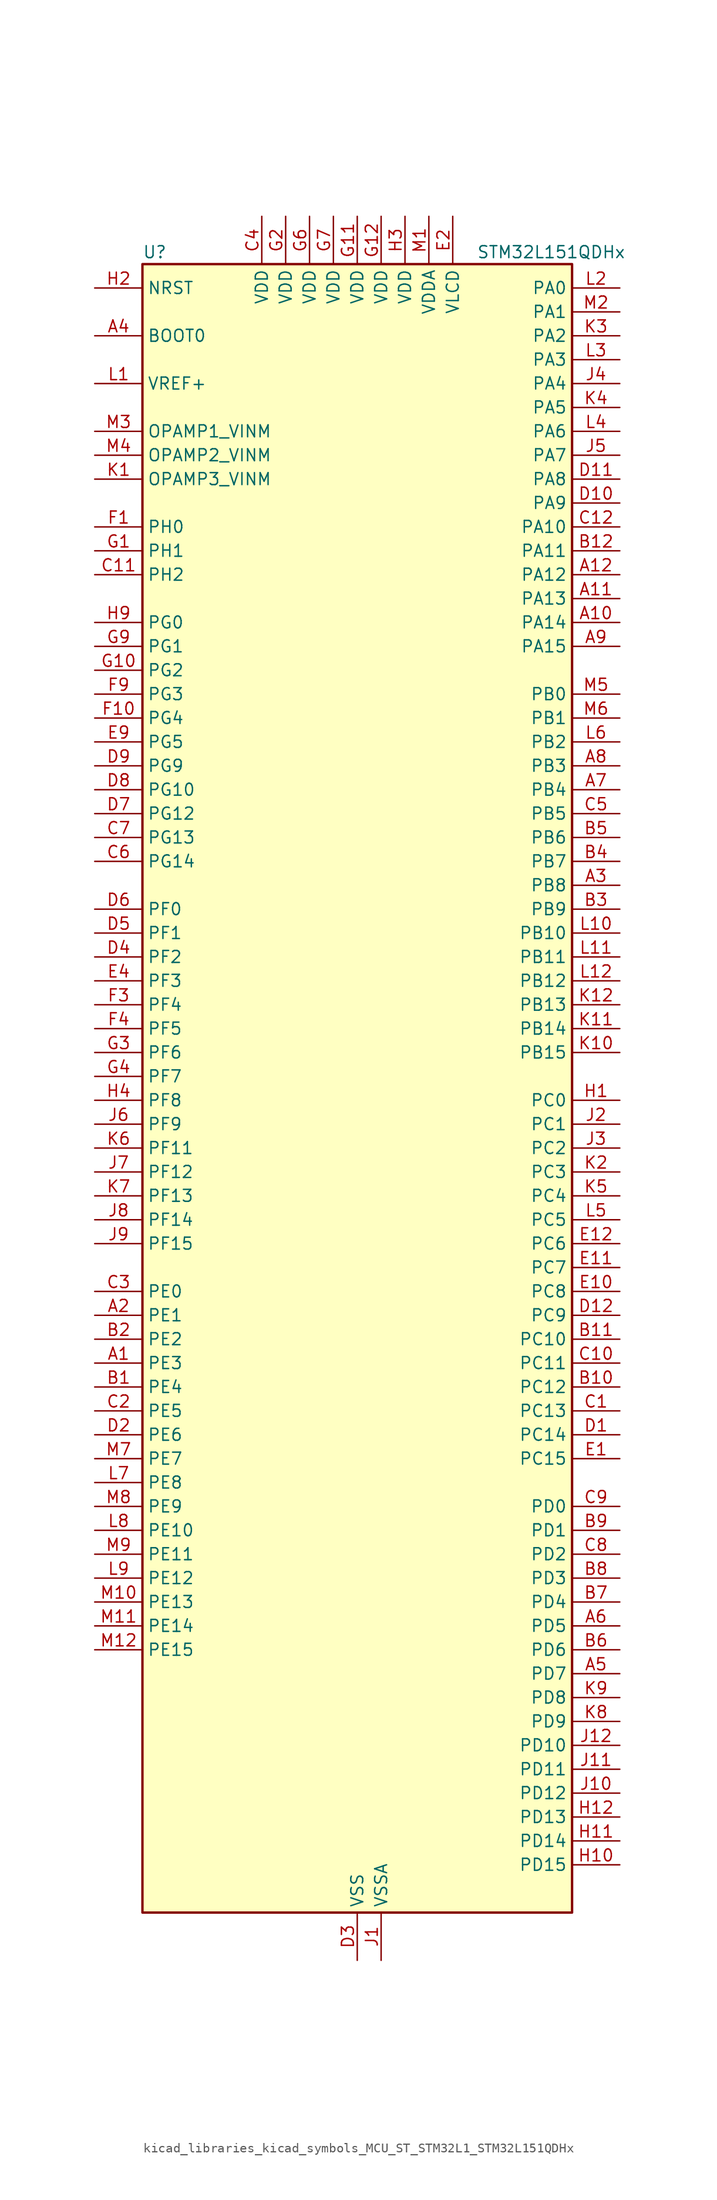
<source format=kicad_sym>
(kicad_symbol_lib
  (version 20220914)
  (generator kicad_symbol_editor)
  (symbol "kicad_libraries_kicad_symbols_MCU_ST_STM32L1_STM32L151QDHx"
    (property "Reference" "U"
      (at -22.86 90.17 0)
      (effects (font (size 1.27 1.27)) (justify left)))
    (property "Value" "STM32L151QDHx"
      (at 12.7 90.17 0)
      (effects (font (size 1.27 1.27)) (justify left)))
    (property "ki_locked" ""
      (at 0 0 0)
      (effects (font (size 1.27 1.27))))
    (symbol "kicad_libraries_kicad_symbols_MCU_ST_STM32L1_STM32L151QDHx_0_1"
      (rectangle (start -22.86 -86.36) (end 22.86 88.9) (stroke (width 0.254) (type default)) (fill (type background))))
    (symbol "kicad_libraries_kicad_symbols_MCU_ST_STM32L1_STM32L151QDHx_1_1"
      (pin bidirectional line (at -27.94 -27.94 0) (length 5.08) (name "PE3" (effects (font (size 1.27 1.27)))) (number "A1" (effects (font (size 1.27 1.27)))) (alternate "FSMC_A19" bidirectional line) (alternate "SYS_TRACED0" bidirectional line) (alternate "TIM3_CH1" bidirectional line) (alternate "TIMX_IC4" bidirectional line))
      (pin bidirectional line (at 27.94 50.8 180) (length 5.08) (name "PA14" (effects (font (size 1.27 1.27)))) (number "A10" (effects (font (size 1.27 1.27)))) (alternate "SYS_JTCK-SWCLK" bidirectional line) (alternate "TIMX_IC3" bidirectional line) (alternate "TS_G5_IO2" bidirectional line))
      (pin bidirectional line (at 27.94 53.34 180) (length 5.08) (name "PA13" (effects (font (size 1.27 1.27)))) (number "A11" (effects (font (size 1.27 1.27)))) (alternate "SYS_JTMS-SWDIO" bidirectional line) (alternate "TIMX_IC2" bidirectional line) (alternate "TS_G5_IO1" bidirectional line))
      (pin bidirectional line (at 27.94 55.88 180) (length 5.08) (name "PA12" (effects (font (size 1.27 1.27)))) (number "A12" (effects (font (size 1.27 1.27)))) (alternate "SPI1_MOSI" bidirectional line) (alternate "TIMX_IC1" bidirectional line) (alternate "USART1_RTS" bidirectional line) (alternate "USB_DP" bidirectional line))
      (pin bidirectional line (at -27.94 -22.86 0) (length 5.08) (name "PE1" (effects (font (size 1.27 1.27)))) (number "A2" (effects (font (size 1.27 1.27)))) (alternate "FSMC_NBL1" bidirectional line) (alternate "TIM11_CH1" bidirectional line) (alternate "TIMX_IC2" bidirectional line))
      (pin bidirectional line (at 27.94 22.86 180) (length 5.08) (name "PB8" (effects (font (size 1.27 1.27)))) (number "A3" (effects (font (size 1.27 1.27)))) (alternate "I2C1_SCL" bidirectional line) (alternate "SDIO_D4" bidirectional line) (alternate "TIM10_CH1" bidirectional line) (alternate "TIM4_CH3" bidirectional line))
      (pin input line (at -27.94 81.28 0) (length 5.08) (name "BOOT0" (effects (font (size 1.27 1.27)))) (number "A4" (effects (font (size 1.27 1.27)))))
      (pin bidirectional line (at 27.94 -60.96 180) (length 5.08) (name "PD7" (effects (font (size 1.27 1.27)))) (number "A5" (effects (font (size 1.27 1.27)))) (alternate "FSMC_NE1" bidirectional line) (alternate "TIM9_CH2" bidirectional line) (alternate "TIMX_IC4" bidirectional line) (alternate "USART2_CK" bidirectional line))
      (pin bidirectional line (at 27.94 -55.88 180) (length 5.08) (name "PD5" (effects (font (size 1.27 1.27)))) (number "A6" (effects (font (size 1.27 1.27)))) (alternate "FSMC_NWE" bidirectional line) (alternate "TIMX_IC2" bidirectional line) (alternate "USART2_TX" bidirectional line))
      (pin bidirectional line (at 27.94 33.02 180) (length 5.08) (name "PB4" (effects (font (size 1.27 1.27)))) (number "A7" (effects (font (size 1.27 1.27)))) (alternate "COMP2_INP" bidirectional line) (alternate "SPI1_MISO" bidirectional line) (alternate "SPI3_MISO" bidirectional line) (alternate "SYS_JTRST" bidirectional line) (alternate "TIM3_CH1" bidirectional line) (alternate "TS_G6_IO1" bidirectional line))
      (pin bidirectional line (at 27.94 35.56 180) (length 5.08) (name "PB3" (effects (font (size 1.27 1.27)))) (number "A8" (effects (font (size 1.27 1.27)))) (alternate "COMP2_INM" bidirectional line) (alternate "I2S3_CK" bidirectional line) (alternate "SPI1_SCK" bidirectional line) (alternate "SPI3_SCK" bidirectional line) (alternate "SYS_JTDO-TRACESWO" bidirectional line) (alternate "TIM2_CH2" bidirectional line))
      (pin bidirectional line (at 27.94 48.26 180) (length 5.08) (name "PA15" (effects (font (size 1.27 1.27)))) (number "A9" (effects (font (size 1.27 1.27)))) (alternate "ADC_EXTI15" bidirectional line) (alternate "I2S3_WS" bidirectional line) (alternate "SPI1_NSS" bidirectional line) (alternate "SPI3_NSS" bidirectional line) (alternate "SYS_JTDI" bidirectional line) (alternate "TIM2_CH1" bidirectional line) (alternate "TIM2_ETR" bidirectional line) (alternate "TIMX_IC4" bidirectional line) (alternate "TS_G5_IO3" bidirectional line))
      (pin bidirectional line (at -27.94 -30.48 0) (length 5.08) (name "PE4" (effects (font (size 1.27 1.27)))) (number "B1" (effects (font (size 1.27 1.27)))) (alternate "FSMC_A20" bidirectional line) (alternate "SYS_TRACED1" bidirectional line) (alternate "TIM3_CH2" bidirectional line) (alternate "TIMX_IC1" bidirectional line))
      (pin bidirectional line (at 27.94 -30.48 180) (length 5.08) (name "PC12" (effects (font (size 1.27 1.27)))) (number "B10" (effects (font (size 1.27 1.27)))) (alternate "I2S3_SD" bidirectional line) (alternate "SDIO_CK" bidirectional line) (alternate "SPI3_MOSI" bidirectional line) (alternate "TIMX_IC1" bidirectional line) (alternate "UART5_TX" bidirectional line) (alternate "USART3_CK" bidirectional line))
      (pin bidirectional line (at 27.94 -25.4 180) (length 5.08) (name "PC10" (effects (font (size 1.27 1.27)))) (number "B11" (effects (font (size 1.27 1.27)))) (alternate "I2S3_CK" bidirectional line) (alternate "SDIO_D2" bidirectional line) (alternate "SPI3_SCK" bidirectional line) (alternate "TIMX_IC3" bidirectional line) (alternate "UART4_TX" bidirectional line) (alternate "USART3_TX" bidirectional line))
      (pin bidirectional line (at 27.94 58.42 180) (length 5.08) (name "PA11" (effects (font (size 1.27 1.27)))) (number "B12" (effects (font (size 1.27 1.27)))) (alternate "ADC_EXTI11" bidirectional line) (alternate "SPI1_MISO" bidirectional line) (alternate "TIMX_IC4" bidirectional line) (alternate "USART1_CTS" bidirectional line) (alternate "USB_DM" bidirectional line))
      (pin bidirectional line (at -27.94 -25.4 0) (length 5.08) (name "PE2" (effects (font (size 1.27 1.27)))) (number "B2" (effects (font (size 1.27 1.27)))) (alternate "FSMC_A23" bidirectional line) (alternate "SYS_TRACECK" bidirectional line) (alternate "TIM3_ETR" bidirectional line) (alternate "TIMX_IC3" bidirectional line))
      (pin bidirectional line (at 27.94 20.32 180) (length 5.08) (name "PB9" (effects (font (size 1.27 1.27)))) (number "B3" (effects (font (size 1.27 1.27)))) (alternate "DAC_EXTI9" bidirectional line) (alternate "I2C1_SDA" bidirectional line) (alternate "SDIO_D5" bidirectional line) (alternate "TIM11_CH1" bidirectional line) (alternate "TIM4_CH4" bidirectional line))
      (pin bidirectional line (at 27.94 25.4 180) (length 5.08) (name "PB7" (effects (font (size 1.27 1.27)))) (number "B4" (effects (font (size 1.27 1.27)))) (alternate "COMP2_INP" bidirectional line) (alternate "FSMC_NL" bidirectional line) (alternate "I2C1_SDA" bidirectional line) (alternate "SYS_PVD_IN" bidirectional line) (alternate "TIM4_CH2" bidirectional line) (alternate "TS_G6_IO4" bidirectional line) (alternate "USART1_RX" bidirectional line))
      (pin bidirectional line (at 27.94 27.94 180) (length 5.08) (name "PB6" (effects (font (size 1.27 1.27)))) (number "B5" (effects (font (size 1.27 1.27)))) (alternate "COMP2_INP" bidirectional line) (alternate "I2C1_SCL" bidirectional line) (alternate "TIM4_CH1" bidirectional line) (alternate "TS_G6_IO3" bidirectional line) (alternate "USART1_TX" bidirectional line))
      (pin bidirectional line (at 27.94 -58.42 180) (length 5.08) (name "PD6" (effects (font (size 1.27 1.27)))) (number "B6" (effects (font (size 1.27 1.27)))) (alternate "FSMC_NWAIT" bidirectional line) (alternate "TIMX_IC3" bidirectional line) (alternate "USART2_RX" bidirectional line))
      (pin bidirectional line (at 27.94 -53.34 180) (length 5.08) (name "PD4" (effects (font (size 1.27 1.27)))) (number "B7" (effects (font (size 1.27 1.27)))) (alternate "FSMC_NOE" bidirectional line) (alternate "I2S2_SD" bidirectional line) (alternate "SPI2_MOSI" bidirectional line) (alternate "TIMX_IC1" bidirectional line) (alternate "USART2_RTS" bidirectional line))
      (pin bidirectional line (at 27.94 -50.8 180) (length 5.08) (name "PD3" (effects (font (size 1.27 1.27)))) (number "B8" (effects (font (size 1.27 1.27)))) (alternate "FSMC_CLK" bidirectional line) (alternate "SPI2_MISO" bidirectional line) (alternate "TIMX_IC4" bidirectional line) (alternate "USART2_CTS" bidirectional line))
      (pin bidirectional line (at 27.94 -45.72 180) (length 5.08) (name "PD1" (effects (font (size 1.27 1.27)))) (number "B9" (effects (font (size 1.27 1.27)))) (alternate "FSMC_D3" bidirectional line) (alternate "FSMC_DA3" bidirectional line) (alternate "I2S2_CK" bidirectional line) (alternate "SPI2_SCK" bidirectional line) (alternate "TIMX_IC2" bidirectional line))
      (pin bidirectional line (at 27.94 -33.02 180) (length 5.08) (name "PC13" (effects (font (size 1.27 1.27)))) (number "C1" (effects (font (size 1.27 1.27)))) (alternate "RTC_OUT_ALARM" bidirectional line) (alternate "RTC_OUT_CALIB" bidirectional line) (alternate "RTC_TAMP1" bidirectional line) (alternate "RTC_TS" bidirectional line) (alternate "SYS_WKUP2" bidirectional line) (alternate "TIMX_IC2" bidirectional line))
      (pin bidirectional line (at 27.94 -27.94 180) (length 5.08) (name "PC11" (effects (font (size 1.27 1.27)))) (number "C10" (effects (font (size 1.27 1.27)))) (alternate "ADC_EXTI11" bidirectional line) (alternate "SDIO_D3" bidirectional line) (alternate "SPI3_MISO" bidirectional line) (alternate "TIMX_IC4" bidirectional line) (alternate "UART4_RX" bidirectional line) (alternate "USART3_RX" bidirectional line))
      (pin bidirectional line (at -27.94 55.88 0) (length 5.08) (name "PH2" (effects (font (size 1.27 1.27)))) (number "C11" (effects (font (size 1.27 1.27)))) (alternate "FSMC_A22" bidirectional line))
      (pin bidirectional line (at 27.94 60.96 180) (length 5.08) (name "PA10" (effects (font (size 1.27 1.27)))) (number "C12" (effects (font (size 1.27 1.27)))) (alternate "TIMX_IC3" bidirectional line) (alternate "TS_G4_IO3" bidirectional line) (alternate "USART1_RX" bidirectional line))
      (pin bidirectional line (at -27.94 -33.02 0) (length 5.08) (name "PE5" (effects (font (size 1.27 1.27)))) (number "C2" (effects (font (size 1.27 1.27)))) (alternate "FSMC_A21" bidirectional line) (alternate "SYS_TRACED2" bidirectional line) (alternate "TIM9_CH1" bidirectional line) (alternate "TIMX_IC2" bidirectional line))
      (pin bidirectional line (at -27.94 -20.32 0) (length 5.08) (name "PE0" (effects (font (size 1.27 1.27)))) (number "C3" (effects (font (size 1.27 1.27)))) (alternate "FSMC_NBL0" bidirectional line) (alternate "TIM10_CH1" bidirectional line) (alternate "TIM4_ETR" bidirectional line) (alternate "TIMX_IC1" bidirectional line))
      (pin power_in line (at -10.16 93.98 270) (length 5.08) (name "VDD" (effects (font (size 1.27 1.27)))) (number "C4" (effects (font (size 1.27 1.27)))))
      (pin bidirectional line (at 27.94 30.48 180) (length 5.08) (name "PB5" (effects (font (size 1.27 1.27)))) (number "C5" (effects (font (size 1.27 1.27)))) (alternate "COMP2_INP" bidirectional line) (alternate "I2C1_SMBA" bidirectional line) (alternate "I2S3_SD" bidirectional line) (alternate "SPI1_MOSI" bidirectional line) (alternate "SPI3_MOSI" bidirectional line) (alternate "TIM3_CH2" bidirectional line) (alternate "TS_G6_IO2" bidirectional line))
      (pin bidirectional line (at -27.94 25.4 0) (length 5.08) (name "PG14" (effects (font (size 1.27 1.27)))) (number "C6" (effects (font (size 1.27 1.27)))) (alternate "FSMC_A25" bidirectional line))
      (pin bidirectional line (at -27.94 27.94 0) (length 5.08) (name "PG13" (effects (font (size 1.27 1.27)))) (number "C7" (effects (font (size 1.27 1.27)))) (alternate "FSMC_A24" bidirectional line))
      (pin bidirectional line (at 27.94 -48.26 180) (length 5.08) (name "PD2" (effects (font (size 1.27 1.27)))) (number "C8" (effects (font (size 1.27 1.27)))) (alternate "SDIO_CMD" bidirectional line) (alternate "TIM3_ETR" bidirectional line) (alternate "TIMX_IC3" bidirectional line) (alternate "UART5_RX" bidirectional line))
      (pin bidirectional line (at 27.94 -43.18 180) (length 5.08) (name "PD0" (effects (font (size 1.27 1.27)))) (number "C9" (effects (font (size 1.27 1.27)))) (alternate "FSMC_D2" bidirectional line) (alternate "FSMC_DA2" bidirectional line) (alternate "I2S2_WS" bidirectional line) (alternate "SPI2_NSS" bidirectional line) (alternate "TIM9_CH1" bidirectional line) (alternate "TIMX_IC1" bidirectional line))
      (pin bidirectional line (at 27.94 -35.56 180) (length 5.08) (name "PC14" (effects (font (size 1.27 1.27)))) (number "D1" (effects (font (size 1.27 1.27)))) (alternate "RCC_OSC32_IN" bidirectional line) (alternate "TIMX_IC3" bidirectional line))
      (pin bidirectional line (at 27.94 63.5 180) (length 5.08) (name "PA9" (effects (font (size 1.27 1.27)))) (number "D10" (effects (font (size 1.27 1.27)))) (alternate "DAC_EXTI9" bidirectional line) (alternate "TIMX_IC2" bidirectional line) (alternate "TS_G4_IO2" bidirectional line) (alternate "USART1_TX" bidirectional line))
      (pin bidirectional line (at 27.94 66.04 180) (length 5.08) (name "PA8" (effects (font (size 1.27 1.27)))) (number "D11" (effects (font (size 1.27 1.27)))) (alternate "RCC_MCO" bidirectional line) (alternate "TIMX_IC1" bidirectional line) (alternate "TS_G4_IO1" bidirectional line) (alternate "USART1_CK" bidirectional line))
      (pin bidirectional line (at 27.94 -22.86 180) (length 5.08) (name "PC9" (effects (font (size 1.27 1.27)))) (number "D12" (effects (font (size 1.27 1.27)))) (alternate "DAC_EXTI9" bidirectional line) (alternate "SDIO_D1" bidirectional line) (alternate "TIM3_CH4" bidirectional line) (alternate "TIMX_IC2" bidirectional line) (alternate "TS_G10_IO4" bidirectional line))
      (pin bidirectional line (at -27.94 -35.56 0) (length 5.08) (name "PE6" (effects (font (size 1.27 1.27)))) (number "D2" (effects (font (size 1.27 1.27)))) (alternate "RTC_TAMP3" bidirectional line) (alternate "SYS_TRACED3" bidirectional line) (alternate "SYS_WKUP3" bidirectional line) (alternate "TIM9_CH2" bidirectional line) (alternate "TIMX_IC3" bidirectional line))
      (pin power_in line (at 0 -91.44 90) (length 5.08) (name "VSS" (effects (font (size 1.27 1.27)))) (number "D3" (effects (font (size 1.27 1.27)))))
      (pin bidirectional line (at -27.94 15.24 0) (length 5.08) (name "PF2" (effects (font (size 1.27 1.27)))) (number "D4" (effects (font (size 1.27 1.27)))) (alternate "FSMC_A2" bidirectional line))
      (pin bidirectional line (at -27.94 17.78 0) (length 5.08) (name "PF1" (effects (font (size 1.27 1.27)))) (number "D5" (effects (font (size 1.27 1.27)))) (alternate "FSMC_A1" bidirectional line))
      (pin bidirectional line (at -27.94 20.32 0) (length 5.08) (name "PF0" (effects (font (size 1.27 1.27)))) (number "D6" (effects (font (size 1.27 1.27)))) (alternate "FSMC_A0" bidirectional line))
      (pin bidirectional line (at -27.94 30.48 0) (length 5.08) (name "PG12" (effects (font (size 1.27 1.27)))) (number "D7" (effects (font (size 1.27 1.27)))) (alternate "FSMC_NE4" bidirectional line))
      (pin bidirectional line (at -27.94 33.02 0) (length 5.08) (name "PG10" (effects (font (size 1.27 1.27)))) (number "D8" (effects (font (size 1.27 1.27)))) (alternate "FSMC_NE3" bidirectional line))
      (pin bidirectional line (at -27.94 35.56 0) (length 5.08) (name "PG9" (effects (font (size 1.27 1.27)))) (number "D9" (effects (font (size 1.27 1.27)))) (alternate "DAC_EXTI9" bidirectional line) (alternate "FSMC_NE2" bidirectional line))
      (pin bidirectional line (at 27.94 -38.1 180) (length 5.08) (name "PC15" (effects (font (size 1.27 1.27)))) (number "E1" (effects (font (size 1.27 1.27)))) (alternate "ADC_EXTI15" bidirectional line) (alternate "RCC_OSC32_OUT" bidirectional line) (alternate "TIMX_IC4" bidirectional line))
      (pin bidirectional line (at 27.94 -20.32 180) (length 5.08) (name "PC8" (effects (font (size 1.27 1.27)))) (number "E10" (effects (font (size 1.27 1.27)))) (alternate "SDIO_D0" bidirectional line) (alternate "TIM3_CH3" bidirectional line) (alternate "TIMX_IC1" bidirectional line) (alternate "TS_G10_IO3" bidirectional line))
      (pin bidirectional line (at 27.94 -17.78 180) (length 5.08) (name "PC7" (effects (font (size 1.27 1.27)))) (number "E11" (effects (font (size 1.27 1.27)))) (alternate "I2S3_MCK" bidirectional line) (alternate "SDIO_D7" bidirectional line) (alternate "TIM3_CH2" bidirectional line) (alternate "TIMX_IC4" bidirectional line) (alternate "TS_G10_IO2" bidirectional line))
      (pin bidirectional line (at 27.94 -15.24 180) (length 5.08) (name "PC6" (effects (font (size 1.27 1.27)))) (number "E12" (effects (font (size 1.27 1.27)))) (alternate "I2S2_MCK" bidirectional line) (alternate "SDIO_D6" bidirectional line) (alternate "TIM3_CH1" bidirectional line) (alternate "TIMX_IC3" bidirectional line) (alternate "TS_G10_IO1" bidirectional line))
      (pin power_in line (at 10.16 93.98 270) (length 5.08) (name "VLCD" (effects (font (size 1.27 1.27)))) (number "E2" (effects (font (size 1.27 1.27)))))
      (pin passive line (at 0 -91.44 90) (length 5.08) hide (name "VSS" (effects (font (size 1.27 1.27)))) (number "E3" (effects (font (size 1.27 1.27)))))
      (pin bidirectional line (at -27.94 12.7 0) (length 5.08) (name "PF3" (effects (font (size 1.27 1.27)))) (number "E4" (effects (font (size 1.27 1.27)))) (alternate "FSMC_A3" bidirectional line))
      (pin bidirectional line (at -27.94 38.1 0) (length 5.08) (name "PG5" (effects (font (size 1.27 1.27)))) (number "E9" (effects (font (size 1.27 1.27)))) (alternate "FSMC_A15" bidirectional line))
      (pin bidirectional line (at -27.94 60.96 0) (length 5.08) (name "PH0" (effects (font (size 1.27 1.27)))) (number "F1" (effects (font (size 1.27 1.27)))) (alternate "RCC_OSC_IN" bidirectional line))
      (pin bidirectional line (at -27.94 40.64 0) (length 5.08) (name "PG4" (effects (font (size 1.27 1.27)))) (number "F10" (effects (font (size 1.27 1.27)))) (alternate "ADC_IN12b" bidirectional line) (alternate "FSMC_A14" bidirectional line) (alternate "TS_G7_IO7" bidirectional line))
      (pin passive line (at 0 -91.44 90) (length 5.08) hide (name "VSS" (effects (font (size 1.27 1.27)))) (number "F11" (effects (font (size 1.27 1.27)))))
      (pin passive line (at 0 -91.44 90) (length 5.08) hide (name "VSS" (effects (font (size 1.27 1.27)))) (number "F12" (effects (font (size 1.27 1.27)))))
      (pin passive line (at 0 -91.44 90) (length 5.08) hide (name "VSS" (effects (font (size 1.27 1.27)))) (number "F2" (effects (font (size 1.27 1.27)))))
      (pin bidirectional line (at -27.94 10.16 0) (length 5.08) (name "PF4" (effects (font (size 1.27 1.27)))) (number "F3" (effects (font (size 1.27 1.27)))) (alternate "FSMC_A4" bidirectional line))
      (pin bidirectional line (at -27.94 7.62 0) (length 5.08) (name "PF5" (effects (font (size 1.27 1.27)))) (number "F4" (effects (font (size 1.27 1.27)))) (alternate "FSMC_A5" bidirectional line))
      (pin passive line (at 0 -91.44 90) (length 5.08) hide (name "VSS" (effects (font (size 1.27 1.27)))) (number "F6" (effects (font (size 1.27 1.27)))))
      (pin passive line (at 0 -91.44 90) (length 5.08) hide (name "VSS" (effects (font (size 1.27 1.27)))) (number "F7" (effects (font (size 1.27 1.27)))))
      (pin bidirectional line (at -27.94 43.18 0) (length 5.08) (name "PG3" (effects (font (size 1.27 1.27)))) (number "F9" (effects (font (size 1.27 1.27)))) (alternate "ADC_IN11b" bidirectional line) (alternate "FSMC_A13" bidirectional line) (alternate "TS_G7_IO6" bidirectional line))
      (pin bidirectional line (at -27.94 58.42 0) (length 5.08) (name "PH1" (effects (font (size 1.27 1.27)))) (number "G1" (effects (font (size 1.27 1.27)))) (alternate "RCC_OSC_OUT" bidirectional line))
      (pin bidirectional line (at -27.94 45.72 0) (length 5.08) (name "PG2" (effects (font (size 1.27 1.27)))) (number "G10" (effects (font (size 1.27 1.27)))) (alternate "ADC_IN10b" bidirectional line) (alternate "FSMC_A12" bidirectional line) (alternate "TS_G7_IO5" bidirectional line))
      (pin power_in line (at 0 93.98 270) (length 5.08) (name "VDD" (effects (font (size 1.27 1.27)))) (number "G11" (effects (font (size 1.27 1.27)))))
      (pin power_in line (at 2.54 93.98 270) (length 5.08) (name "VDD" (effects (font (size 1.27 1.27)))) (number "G12" (effects (font (size 1.27 1.27)))))
      (pin power_in line (at -7.62 93.98 270) (length 5.08) (name "VDD" (effects (font (size 1.27 1.27)))) (number "G2" (effects (font (size 1.27 1.27)))))
      (pin bidirectional line (at -27.94 5.08 0) (length 5.08) (name "PF6" (effects (font (size 1.27 1.27)))) (number "G3" (effects (font (size 1.27 1.27)))) (alternate "ADC_IN27" bidirectional line) (alternate "TIM5_CH1" bidirectional line) (alternate "TIM5_ETR" bidirectional line) (alternate "TS_G11_IO1" bidirectional line))
      (pin bidirectional line (at -27.94 2.54 0) (length 5.08) (name "PF7" (effects (font (size 1.27 1.27)))) (number "G4" (effects (font (size 1.27 1.27)))) (alternate "ADC_IN28" bidirectional line) (alternate "COMP1_INP" bidirectional line) (alternate "TIM5_CH2" bidirectional line) (alternate "TS_G11_IO2" bidirectional line))
      (pin power_in line (at -5.08 93.98 270) (length 5.08) (name "VDD" (effects (font (size 1.27 1.27)))) (number "G6" (effects (font (size 1.27 1.27)))))
      (pin power_in line (at -2.54 93.98 270) (length 5.08) (name "VDD" (effects (font (size 1.27 1.27)))) (number "G7" (effects (font (size 1.27 1.27)))))
      (pin bidirectional line (at -27.94 48.26 0) (length 5.08) (name "PG1" (effects (font (size 1.27 1.27)))) (number "G9" (effects (font (size 1.27 1.27)))) (alternate "ADC_IN9b" bidirectional line) (alternate "FSMC_A11" bidirectional line) (alternate "TS_G2_IO5" bidirectional line))
      (pin bidirectional line (at 27.94 0 180) (length 5.08) (name "PC0" (effects (font (size 1.27 1.27)))) (number "H1" (effects (font (size 1.27 1.27)))) (alternate "ADC_IN10" bidirectional line) (alternate "COMP1_INP" bidirectional line) (alternate "TIMX_IC1" bidirectional line) (alternate "TS_G8_IO1" bidirectional line))
      (pin bidirectional line (at 27.94 -81.28 180) (length 5.08) (name "PD15" (effects (font (size 1.27 1.27)))) (number "H10" (effects (font (size 1.27 1.27)))) (alternate "ADC_EXTI15" bidirectional line) (alternate "FSMC_D1" bidirectional line) (alternate "FSMC_DA1" bidirectional line) (alternate "TIM4_CH4" bidirectional line) (alternate "TIMX_IC4" bidirectional line))
      (pin bidirectional line (at 27.94 -78.74 180) (length 5.08) (name "PD14" (effects (font (size 1.27 1.27)))) (number "H11" (effects (font (size 1.27 1.27)))) (alternate "FSMC_D0" bidirectional line) (alternate "FSMC_DA0" bidirectional line) (alternate "TIM4_CH3" bidirectional line) (alternate "TIMX_IC3" bidirectional line))
      (pin bidirectional line (at 27.94 -76.2 180) (length 5.08) (name "PD13" (effects (font (size 1.27 1.27)))) (number "H12" (effects (font (size 1.27 1.27)))) (alternate "FSMC_A18" bidirectional line) (alternate "TIM4_CH2" bidirectional line) (alternate "TIMX_IC2" bidirectional line))
      (pin input line (at -27.94 86.36 0) (length 5.08) (name "NRST" (effects (font (size 1.27 1.27)))) (number "H2" (effects (font (size 1.27 1.27)))))
      (pin power_in line (at 5.08 93.98 270) (length 5.08) (name "VDD" (effects (font (size 1.27 1.27)))) (number "H3" (effects (font (size 1.27 1.27)))))
      (pin bidirectional line (at -27.94 0 0) (length 5.08) (name "PF8" (effects (font (size 1.27 1.27)))) (number "H4" (effects (font (size 1.27 1.27)))) (alternate "ADC_IN29" bidirectional line) (alternate "COMP1_INP" bidirectional line) (alternate "TIM5_CH3" bidirectional line) (alternate "TS_G11_IO3" bidirectional line))
      (pin bidirectional line (at -27.94 50.8 0) (length 5.08) (name "PG0" (effects (font (size 1.27 1.27)))) (number "H9" (effects (font (size 1.27 1.27)))) (alternate "ADC_IN8b" bidirectional line) (alternate "FSMC_A10" bidirectional line) (alternate "TS_G2_IO4" bidirectional line))
      (pin power_in line (at 2.54 -91.44 90) (length 5.08) (name "VSSA" (effects (font (size 1.27 1.27)))) (number "J1" (effects (font (size 1.27 1.27)))))
      (pin bidirectional line (at 27.94 -73.66 180) (length 5.08) (name "PD12" (effects (font (size 1.27 1.27)))) (number "J10" (effects (font (size 1.27 1.27)))) (alternate "FSMC_A17" bidirectional line) (alternate "TIM4_CH1" bidirectional line) (alternate "TIMX_IC1" bidirectional line) (alternate "USART3_RTS" bidirectional line))
      (pin bidirectional line (at 27.94 -71.12 180) (length 5.08) (name "PD11" (effects (font (size 1.27 1.27)))) (number "J11" (effects (font (size 1.27 1.27)))) (alternate "ADC_EXTI11" bidirectional line) (alternate "FSMC_A16" bidirectional line) (alternate "TIMX_IC4" bidirectional line) (alternate "USART3_CTS" bidirectional line))
      (pin bidirectional line (at 27.94 -68.58 180) (length 5.08) (name "PD10" (effects (font (size 1.27 1.27)))) (number "J12" (effects (font (size 1.27 1.27)))) (alternate "FSMC_D15" bidirectional line) (alternate "FSMC_DA15" bidirectional line) (alternate "TIMX_IC3" bidirectional line) (alternate "USART3_CK" bidirectional line))
      (pin bidirectional line (at 27.94 -2.54 180) (length 5.08) (name "PC1" (effects (font (size 1.27 1.27)))) (number "J2" (effects (font (size 1.27 1.27)))) (alternate "ADC_IN11" bidirectional line) (alternate "COMP1_INP" bidirectional line) (alternate "OPAMP3_VINP" bidirectional line) (alternate "TIMX_IC2" bidirectional line) (alternate "TS_G8_IO2" bidirectional line))
      (pin bidirectional line (at 27.94 -5.08 180) (length 5.08) (name "PC2" (effects (font (size 1.27 1.27)))) (number "J3" (effects (font (size 1.27 1.27)))) (alternate "ADC_IN12" bidirectional line) (alternate "COMP1_INP" bidirectional line) (alternate "TIMX_IC3" bidirectional line) (alternate "TS_G8_IO3" bidirectional line))
      (pin bidirectional line (at 27.94 76.2 180) (length 5.08) (name "PA4" (effects (font (size 1.27 1.27)))) (number "J4" (effects (font (size 1.27 1.27)))) (alternate "ADC_IN4" bidirectional line) (alternate "COMP1_INP" bidirectional line) (alternate "DAC_OUT1" bidirectional line) (alternate "I2S3_WS" bidirectional line) (alternate "SPI1_NSS" bidirectional line) (alternate "SPI3_NSS" bidirectional line) (alternate "TIMX_IC1" bidirectional line) (alternate "USART2_CK" bidirectional line))
      (pin bidirectional line (at 27.94 68.58 180) (length 5.08) (name "PA7" (effects (font (size 1.27 1.27)))) (number "J5" (effects (font (size 1.27 1.27)))) (alternate "ADC_IN7" bidirectional line) (alternate "COMP1_INP" bidirectional line) (alternate "SPI1_MOSI" bidirectional line) (alternate "TIM11_CH1" bidirectional line) (alternate "TIM3_CH2" bidirectional line) (alternate "TIMX_IC4" bidirectional line) (alternate "TS_G2_IO2" bidirectional line))
      (pin bidirectional line (at -27.94 -2.54 0) (length 5.08) (name "PF9" (effects (font (size 1.27 1.27)))) (number "J6" (effects (font (size 1.27 1.27)))) (alternate "ADC_IN30" bidirectional line) (alternate "COMP1_INP" bidirectional line) (alternate "DAC_EXTI9" bidirectional line) (alternate "TIM5_CH4" bidirectional line) (alternate "TS_G11_IO4" bidirectional line))
      (pin bidirectional line (at -27.94 -7.62 0) (length 5.08) (name "PF12" (effects (font (size 1.27 1.27)))) (number "J7" (effects (font (size 1.27 1.27)))) (alternate "ADC_IN2b" bidirectional line) (alternate "FSMC_A6" bidirectional line) (alternate "TS_G3_IO5" bidirectional line))
      (pin bidirectional line (at -27.94 -12.7 0) (length 5.08) (name "PF14" (effects (font (size 1.27 1.27)))) (number "J8" (effects (font (size 1.27 1.27)))) (alternate "ADC_IN6b" bidirectional line) (alternate "FSMC_A8" bidirectional line) (alternate "TS_G9_IO4" bidirectional line))
      (pin bidirectional line (at -27.94 -15.24 0) (length 5.08) (name "PF15" (effects (font (size 1.27 1.27)))) (number "J9" (effects (font (size 1.27 1.27)))) (alternate "ADC_EXTI15" bidirectional line) (alternate "ADC_IN7b" bidirectional line) (alternate "FSMC_A9" bidirectional line) (alternate "TS_G2_IO3" bidirectional line))
      (pin input line (at -27.94 66.04 0) (length 5.08) (name "OPAMP3_VINM" (effects (font (size 1.27 1.27)))) (number "K1" (effects (font (size 1.27 1.27)))) (alternate "OPAMP3_VINM" bidirectional line))
      (pin bidirectional line (at 27.94 5.08 180) (length 5.08) (name "PB15" (effects (font (size 1.27 1.27)))) (number "K10" (effects (font (size 1.27 1.27)))) (alternate "ADC_EXTI15" bidirectional line) (alternate "ADC_IN21" bidirectional line) (alternate "COMP1_INP" bidirectional line) (alternate "I2S2_SD" bidirectional line) (alternate "RTC_REFIN" bidirectional line) (alternate "SPI2_MOSI" bidirectional line) (alternate "TIM11_CH1" bidirectional line) (alternate "TS_G7_IO4" bidirectional line))
      (pin bidirectional line (at 27.94 7.62 180) (length 5.08) (name "PB14" (effects (font (size 1.27 1.27)))) (number "K11" (effects (font (size 1.27 1.27)))) (alternate "ADC_IN20" bidirectional line) (alternate "COMP1_INP" bidirectional line) (alternate "SPI2_MISO" bidirectional line) (alternate "TIM9_CH2" bidirectional line) (alternate "TS_G7_IO3" bidirectional line) (alternate "USART3_RTS" bidirectional line))
      (pin bidirectional line (at 27.94 10.16 180) (length 5.08) (name "PB13" (effects (font (size 1.27 1.27)))) (number "K12" (effects (font (size 1.27 1.27)))) (alternate "ADC_IN19" bidirectional line) (alternate "COMP1_INP" bidirectional line) (alternate "I2S2_CK" bidirectional line) (alternate "SPI2_SCK" bidirectional line) (alternate "TIM9_CH1" bidirectional line) (alternate "TS_G7_IO2" bidirectional line) (alternate "USART3_CTS" bidirectional line))
      (pin bidirectional line (at 27.94 -7.62 180) (length 5.08) (name "PC3" (effects (font (size 1.27 1.27)))) (number "K2" (effects (font (size 1.27 1.27)))) (alternate "ADC_IN13" bidirectional line) (alternate "COMP1_INP" bidirectional line) (alternate "OPAMP3_VOUT" bidirectional line) (alternate "TIMX_IC4" bidirectional line) (alternate "TS_G8_IO4" bidirectional line))
      (pin bidirectional line (at 27.94 81.28 180) (length 5.08) (name "PA2" (effects (font (size 1.27 1.27)))) (number "K3" (effects (font (size 1.27 1.27)))) (alternate "ADC_IN2" bidirectional line) (alternate "COMP1_INP" bidirectional line) (alternate "TIM2_CH3" bidirectional line) (alternate "TIM5_CH3" bidirectional line) (alternate "TIM9_CH1" bidirectional line) (alternate "TIMX_IC3" bidirectional line) (alternate "TS_G1_IO3" bidirectional line) (alternate "USART2_TX" bidirectional line))
      (pin bidirectional line (at 27.94 73.66 180) (length 5.08) (name "PA5" (effects (font (size 1.27 1.27)))) (number "K4" (effects (font (size 1.27 1.27)))) (alternate "ADC_IN5" bidirectional line) (alternate "COMP1_INP" bidirectional line) (alternate "DAC_OUT2" bidirectional line) (alternate "SPI1_SCK" bidirectional line) (alternate "TIM2_CH1" bidirectional line) (alternate "TIM2_ETR" bidirectional line) (alternate "TIMX_IC2" bidirectional line))
      (pin bidirectional line (at 27.94 -10.16 180) (length 5.08) (name "PC4" (effects (font (size 1.27 1.27)))) (number "K5" (effects (font (size 1.27 1.27)))) (alternate "ADC_IN14" bidirectional line) (alternate "COMP1_INP" bidirectional line) (alternate "TIMX_IC1" bidirectional line) (alternate "TS_G9_IO1" bidirectional line))
      (pin bidirectional line (at -27.94 -5.08 0) (length 5.08) (name "PF11" (effects (font (size 1.27 1.27)))) (number "K6" (effects (font (size 1.27 1.27)))) (alternate "ADC_EXTI11" bidirectional line) (alternate "ADC_IN1b" bidirectional line) (alternate "TS_G3_IO4" bidirectional line))
      (pin bidirectional line (at -27.94 -10.16 0) (length 5.08) (name "PF13" (effects (font (size 1.27 1.27)))) (number "K7" (effects (font (size 1.27 1.27)))) (alternate "ADC_IN3b" bidirectional line) (alternate "FSMC_A7" bidirectional line) (alternate "TS_G9_IO3" bidirectional line))
      (pin bidirectional line (at 27.94 -66.04 180) (length 5.08) (name "PD9" (effects (font (size 1.27 1.27)))) (number "K8" (effects (font (size 1.27 1.27)))) (alternate "DAC_EXTI9" bidirectional line) (alternate "FSMC_D14" bidirectional line) (alternate "FSMC_DA14" bidirectional line) (alternate "TIMX_IC2" bidirectional line) (alternate "USART3_RX" bidirectional line))
      (pin bidirectional line (at 27.94 -63.5 180) (length 5.08) (name "PD8" (effects (font (size 1.27 1.27)))) (number "K9" (effects (font (size 1.27 1.27)))) (alternate "FSMC_D13" bidirectional line) (alternate "FSMC_DA13" bidirectional line) (alternate "TIMX_IC1" bidirectional line) (alternate "USART3_TX" bidirectional line))
      (pin input line (at -27.94 76.2 0) (length 5.08) (name "VREF+" (effects (font (size 1.27 1.27)))) (number "L1" (effects (font (size 1.27 1.27)))))
      (pin bidirectional line (at 27.94 17.78 180) (length 5.08) (name "PB10" (effects (font (size 1.27 1.27)))) (number "L10" (effects (font (size 1.27 1.27)))) (alternate "I2C2_SCL" bidirectional line) (alternate "TIM2_CH3" bidirectional line) (alternate "USART3_TX" bidirectional line))
      (pin bidirectional line (at 27.94 15.24 180) (length 5.08) (name "PB11" (effects (font (size 1.27 1.27)))) (number "L11" (effects (font (size 1.27 1.27)))) (alternate "ADC_EXTI11" bidirectional line) (alternate "I2C2_SDA" bidirectional line) (alternate "TIM2_CH4" bidirectional line) (alternate "USART3_RX" bidirectional line))
      (pin bidirectional line (at 27.94 12.7 180) (length 5.08) (name "PB12" (effects (font (size 1.27 1.27)))) (number "L12" (effects (font (size 1.27 1.27)))) (alternate "ADC_IN18" bidirectional line) (alternate "COMP1_INP" bidirectional line) (alternate "I2C2_SMBA" bidirectional line) (alternate "I2S2_WS" bidirectional line) (alternate "SPI2_NSS" bidirectional line) (alternate "TIM10_CH1" bidirectional line) (alternate "TS_G7_IO1" bidirectional line) (alternate "USART3_CK" bidirectional line))
      (pin bidirectional line (at 27.94 86.36 180) (length 5.08) (name "PA0" (effects (font (size 1.27 1.27)))) (number "L2" (effects (font (size 1.27 1.27)))) (alternate "ADC_IN0" bidirectional line) (alternate "COMP1_INP" bidirectional line) (alternate "RTC_TAMP2" bidirectional line) (alternate "SYS_WKUP1" bidirectional line) (alternate "TIM2_CH1" bidirectional line) (alternate "TIM2_ETR" bidirectional line) (alternate "TIM5_CH1" bidirectional line) (alternate "TIMX_IC1" bidirectional line) (alternate "TS_G1_IO1" bidirectional line) (alternate "USART2_CTS" bidirectional line))
      (pin bidirectional line (at 27.94 78.74 180) (length 5.08) (name "PA3" (effects (font (size 1.27 1.27)))) (number "L3" (effects (font (size 1.27 1.27)))) (alternate "ADC_IN3" bidirectional line) (alternate "COMP1_INP" bidirectional line) (alternate "OPAMP1_VOUT" bidirectional line) (alternate "TIM2_CH4" bidirectional line) (alternate "TIM5_CH4" bidirectional line) (alternate "TIM9_CH2" bidirectional line) (alternate "TIMX_IC4" bidirectional line) (alternate "TS_G1_IO4" bidirectional line) (alternate "USART2_RX" bidirectional line))
      (pin bidirectional line (at 27.94 71.12 180) (length 5.08) (name "PA6" (effects (font (size 1.27 1.27)))) (number "L4" (effects (font (size 1.27 1.27)))) (alternate "ADC_IN6" bidirectional line) (alternate "COMP1_INP" bidirectional line) (alternate "OPAMP2_VINP" bidirectional line) (alternate "SPI1_MISO" bidirectional line) (alternate "TIM10_CH1" bidirectional line) (alternate "TIM3_CH1" bidirectional line) (alternate "TIMX_IC3" bidirectional line) (alternate "TS_G2_IO1" bidirectional line))
      (pin bidirectional line (at 27.94 -12.7 180) (length 5.08) (name "PC5" (effects (font (size 1.27 1.27)))) (number "L5" (effects (font (size 1.27 1.27)))) (alternate "ADC_IN15" bidirectional line) (alternate "COMP1_INP" bidirectional line) (alternate "TIMX_IC2" bidirectional line) (alternate "TS_G9_IO2" bidirectional line))
      (pin bidirectional line (at 27.94 38.1 180) (length 5.08) (name "PB2" (effects (font (size 1.27 1.27)))) (number "L6" (effects (font (size 1.27 1.27)))) (alternate "ADC_IN0b" bidirectional line) (alternate "TS_G3_IO3" bidirectional line))
      (pin bidirectional line (at -27.94 -40.64 0) (length 5.08) (name "PE8" (effects (font (size 1.27 1.27)))) (number "L7" (effects (font (size 1.27 1.27)))) (alternate "ADC_IN23" bidirectional line) (alternate "COMP1_INP" bidirectional line) (alternate "FSMC_D5" bidirectional line) (alternate "FSMC_DA5" bidirectional line) (alternate "TIMX_IC1" bidirectional line))
      (pin bidirectional line (at -27.94 -45.72 0) (length 5.08) (name "PE10" (effects (font (size 1.27 1.27)))) (number "L8" (effects (font (size 1.27 1.27)))) (alternate "ADC_IN25" bidirectional line) (alternate "COMP1_INP" bidirectional line) (alternate "FSMC_D7" bidirectional line) (alternate "FSMC_DA7" bidirectional line) (alternate "TIM2_CH2" bidirectional line) (alternate "TIMX_IC3" bidirectional line))
      (pin bidirectional line (at -27.94 -50.8 0) (length 5.08) (name "PE12" (effects (font (size 1.27 1.27)))) (number "L9" (effects (font (size 1.27 1.27)))) (alternate "FSMC_D9" bidirectional line) (alternate "FSMC_DA9" bidirectional line) (alternate "SPI1_NSS" bidirectional line) (alternate "TIM2_CH4" bidirectional line) (alternate "TIMX_IC1" bidirectional line))
      (pin power_in line (at 7.62 93.98 270) (length 5.08) (name "VDDA" (effects (font (size 1.27 1.27)))) (number "M1" (effects (font (size 1.27 1.27)))))
      (pin bidirectional line (at -27.94 -53.34 0) (length 5.08) (name "PE13" (effects (font (size 1.27 1.27)))) (number "M10" (effects (font (size 1.27 1.27)))) (alternate "FSMC_D10" bidirectional line) (alternate "FSMC_DA10" bidirectional line) (alternate "SPI1_SCK" bidirectional line) (alternate "TIMX_IC2" bidirectional line))
      (pin bidirectional line (at -27.94 -55.88 0) (length 5.08) (name "PE14" (effects (font (size 1.27 1.27)))) (number "M11" (effects (font (size 1.27 1.27)))) (alternate "FSMC_D11" bidirectional line) (alternate "FSMC_DA11" bidirectional line) (alternate "SPI1_MISO" bidirectional line) (alternate "TIMX_IC3" bidirectional line))
      (pin bidirectional line (at -27.94 -58.42 0) (length 5.08) (name "PE15" (effects (font (size 1.27 1.27)))) (number "M12" (effects (font (size 1.27 1.27)))) (alternate "ADC_EXTI15" bidirectional line) (alternate "FSMC_D12" bidirectional line) (alternate "FSMC_DA12" bidirectional line) (alternate "SPI1_MOSI" bidirectional line) (alternate "TIMX_IC4" bidirectional line))
      (pin bidirectional line (at 27.94 83.82 180) (length 5.08) (name "PA1" (effects (font (size 1.27 1.27)))) (number "M2" (effects (font (size 1.27 1.27)))) (alternate "ADC_IN1" bidirectional line) (alternate "COMP1_INP" bidirectional line) (alternate "OPAMP1_VINP" bidirectional line) (alternate "TIM2_CH2" bidirectional line) (alternate "TIM5_CH2" bidirectional line) (alternate "TIMX_IC2" bidirectional line) (alternate "TS_G1_IO2" bidirectional line) (alternate "USART2_RTS" bidirectional line))
      (pin input line (at -27.94 71.12 0) (length 5.08) (name "OPAMP1_VINM" (effects (font (size 1.27 1.27)))) (number "M3" (effects (font (size 1.27 1.27)))) (alternate "OPAMP1_VINM" bidirectional line))
      (pin input line (at -27.94 68.58 0) (length 5.08) (name "OPAMP2_VINM" (effects (font (size 1.27 1.27)))) (number "M4" (effects (font (size 1.27 1.27)))) (alternate "OPAMP2_VINM" bidirectional line))
      (pin bidirectional line (at 27.94 43.18 180) (length 5.08) (name "PB0" (effects (font (size 1.27 1.27)))) (number "M5" (effects (font (size 1.27 1.27)))) (alternate "ADC_IN8" bidirectional line) (alternate "COMP1_INP" bidirectional line) (alternate "OPAMP2_VOUT" bidirectional line) (alternate "SYS_V_REF_OUT" bidirectional line) (alternate "TIM3_CH3" bidirectional line) (alternate "TS_G3_IO1" bidirectional line))
      (pin bidirectional line (at 27.94 40.64 180) (length 5.08) (name "PB1" (effects (font (size 1.27 1.27)))) (number "M6" (effects (font (size 1.27 1.27)))) (alternate "ADC_IN9" bidirectional line) (alternate "COMP1_INP" bidirectional line) (alternate "SYS_V_REF_OUT" bidirectional line) (alternate "TIM3_CH4" bidirectional line) (alternate "TS_G3_IO2" bidirectional line))
      (pin bidirectional line (at -27.94 -38.1 0) (length 5.08) (name "PE7" (effects (font (size 1.27 1.27)))) (number "M7" (effects (font (size 1.27 1.27)))) (alternate "ADC_IN22" bidirectional line) (alternate "COMP1_INP" bidirectional line) (alternate "FSMC_D4" bidirectional line) (alternate "FSMC_DA4" bidirectional line) (alternate "TIMX_IC4" bidirectional line))
      (pin bidirectional line (at -27.94 -43.18 0) (length 5.08) (name "PE9" (effects (font (size 1.27 1.27)))) (number "M8" (effects (font (size 1.27 1.27)))) (alternate "ADC_IN24" bidirectional line) (alternate "COMP1_INP" bidirectional line) (alternate "DAC_EXTI9" bidirectional line) (alternate "FSMC_D6" bidirectional line) (alternate "FSMC_DA6" bidirectional line) (alternate "TIM2_CH1" bidirectional line) (alternate "TIM2_ETR" bidirectional line) (alternate "TIMX_IC2" bidirectional line))
      (pin bidirectional line (at -27.94 -48.26 0) (length 5.08) (name "PE11" (effects (font (size 1.27 1.27)))) (number "M9" (effects (font (size 1.27 1.27)))) (alternate "ADC_EXTI11" bidirectional line) (alternate "FSMC_D8" bidirectional line) (alternate "FSMC_DA8" bidirectional line) (alternate "TIM2_CH3" bidirectional line) (alternate "TIMX_IC4" bidirectional line)))))
</source>
